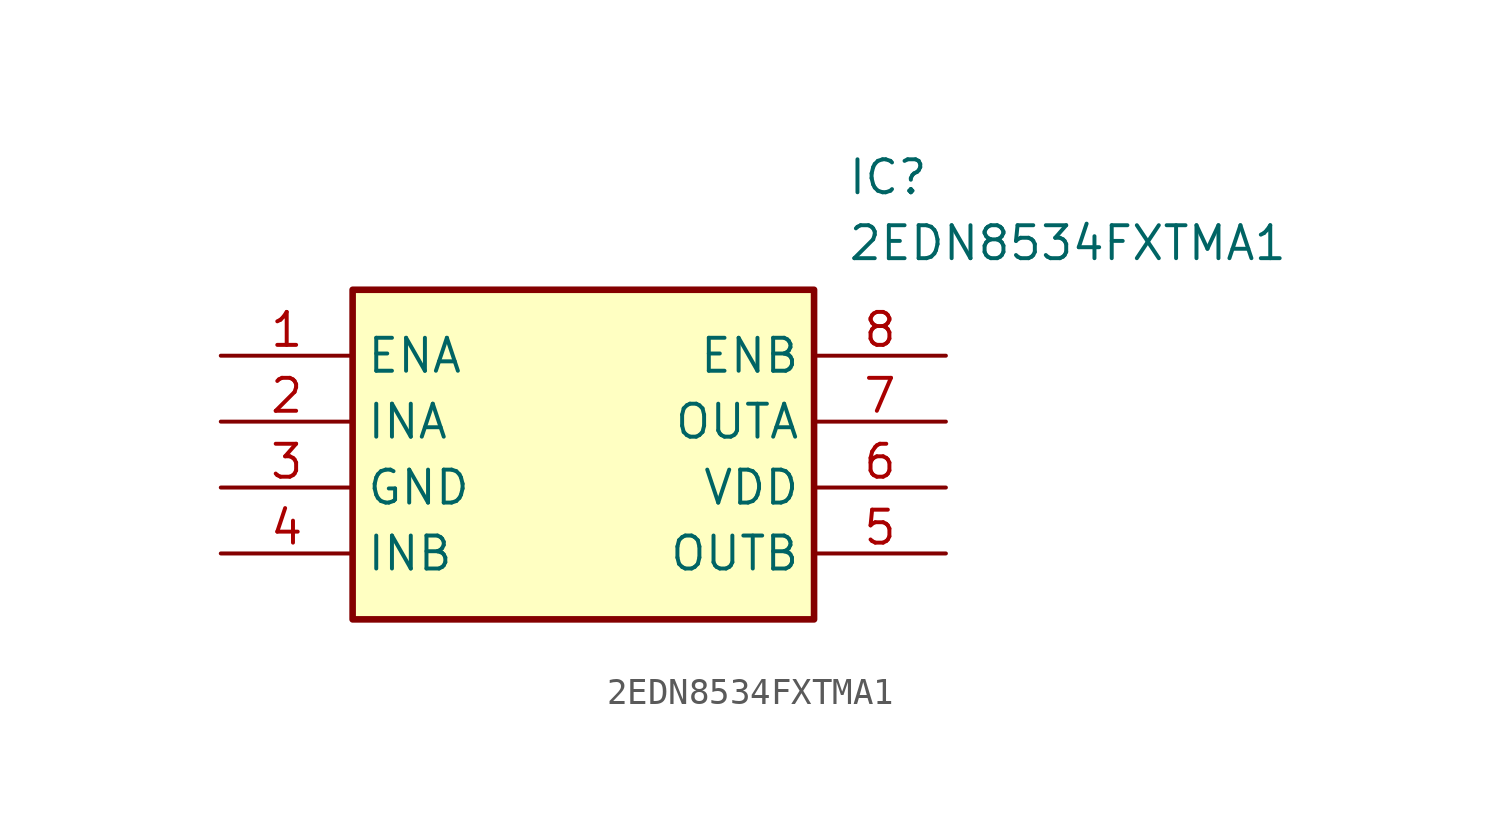
<source format=kicad_sym>
(kicad_symbol_lib
  (version 20211014)
  (generator SamacSys_ECAD_Model)
  (symbol "2EDN8534FXTMA1"
    (property "Reference" "IC"
      (at 24.13 7.62 0)
      (effects (font (size 1.27 1.27)) (justify left top)))
    (property "Value" "2EDN8534FXTMA1"
      (at 24.13 5.08 0)
      (effects (font (size 1.27 1.27)) (justify left top)))
    (rectangle
      (start 5.08 2.54)
      (end 22.86 -10.16)
      (stroke (width 0.254) (type default))
      (fill (type background)))
    (pin passive line
      (at 0 0 0)
      (length 5.08)
      (name "ENA" (effects (font (size 1.27 1.27))))
      (number "1" (effects (font (size 1.27 1.27)))))
    (pin passive line
      (at 0 -2.54 0)
      (length 5.08)
      (name "INA" (effects (font (size 1.27 1.27))))
      (number "2" (effects (font (size 1.27 1.27)))))
    (pin passive line
      (at 0 -5.08 0)
      (length 5.08)
      (name "GND" (effects (font (size 1.27 1.27))))
      (number "3" (effects (font (size 1.27 1.27)))))
    (pin passive line
      (at 0 -7.62 0)
      (length 5.08)
      (name "INB" (effects (font (size 1.27 1.27))))
      (number "4" (effects (font (size 1.27 1.27)))))
    (pin passive line
      (at 27.94 0 180)
      (length 5.08)
      (name "ENB" (effects (font (size 1.27 1.27))))
      (number "8" (effects (font (size 1.27 1.27)))))
    (pin passive line
      (at 27.94 -2.54 180)
      (length 5.08)
      (name "OUTA" (effects (font (size 1.27 1.27))))
      (number "7" (effects (font (size 1.27 1.27)))))
    (pin passive line
      (at 27.94 -5.08 180)
      (length 5.08)
      (name "VDD" (effects (font (size 1.27 1.27))))
      (number "6" (effects (font (size 1.27 1.27)))))
    (pin passive line
      (at 27.94 -7.62 180)
      (length 5.08)
      (name "OUTB" (effects (font (size 1.27 1.27))))
      (number "5" (effects (font (size 1.27 1.27)))))))
</source>
